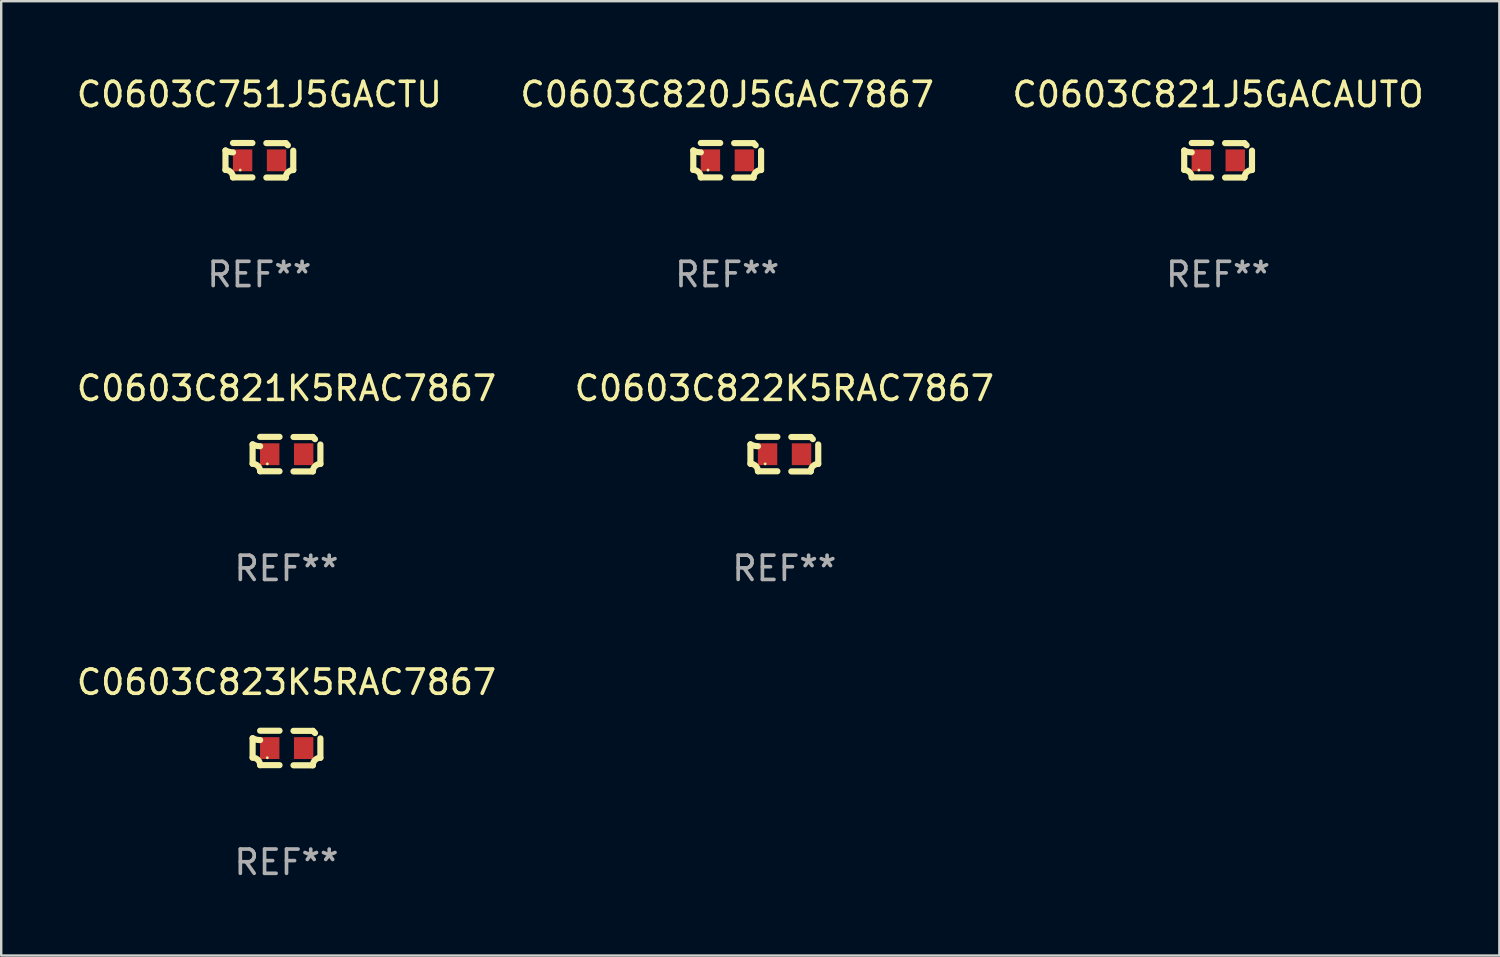
<source format=kicad_pcb>
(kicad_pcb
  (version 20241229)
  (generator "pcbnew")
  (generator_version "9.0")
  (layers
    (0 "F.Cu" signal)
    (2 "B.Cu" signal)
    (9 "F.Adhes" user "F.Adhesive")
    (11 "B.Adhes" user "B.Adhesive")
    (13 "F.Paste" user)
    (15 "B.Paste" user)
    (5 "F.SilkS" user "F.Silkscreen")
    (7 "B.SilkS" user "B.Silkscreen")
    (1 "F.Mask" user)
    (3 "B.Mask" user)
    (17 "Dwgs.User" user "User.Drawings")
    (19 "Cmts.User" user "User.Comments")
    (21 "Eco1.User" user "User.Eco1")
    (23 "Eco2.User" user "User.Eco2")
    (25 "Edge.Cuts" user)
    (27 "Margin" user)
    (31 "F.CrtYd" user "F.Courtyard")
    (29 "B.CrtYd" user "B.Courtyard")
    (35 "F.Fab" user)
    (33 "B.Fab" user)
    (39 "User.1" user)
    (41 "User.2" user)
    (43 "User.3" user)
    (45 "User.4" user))
  (footprint "C0603C823K5RAC7867"
    (layer "F.Cu")
    (at 8.768 27.805)
    (property "Reference" "C0603C823K5RAC7867" (at 0 -2.713 0) (layer "F.SilkS") (effects (font (size 1 1) (thickness 0.15))))
    (attr through_hole)
    (fp_line (start -1.398 -0.403) (end -1.398 0.397) (stroke (width 0.254) (type solid)) (layer "F.SilkS"))
    (fp_line (start -0.288 -0.713) (end -1.088 -0.713) (stroke (width 0.254) (type solid)) (layer "F.SilkS"))
    (fp_line (start -0.288 0.707) (end -1.088 0.707) (stroke (width 0.254) (type solid)) (layer "F.SilkS"))
    (fp_line (start 0.288 -0.707) (end 1.088 -0.707) (stroke (width 0.254) (type solid)) (layer "F.SilkS"))
    (fp_line (start 0.288 0.713) (end 1.088 0.713) (stroke (width 0.254) (type solid)) (layer "F.SilkS"))
    (fp_line (start 1.398 -0.397) (end 1.398 0.403) (stroke (width 0.254) (type solid)) (layer "F.SilkS"))
    (fp_arc (start -1.397789 0.397066) (mid -1.178701 0.487826) (end -1.08796 0.706922) (stroke (width 0.254001) (type solid)) (layer "F.SilkS"))
    (fp_arc (start -1.08796 -0.327176) (mid -1.247436 -0.346384) (end -1.39779 -0.402908) (stroke (width 0.254001) (type solid)) (layer "F.SilkS"))
    (fp_arc (start 1.087909 0.712738) (mid 1.178656 0.493655) (end 1.397739 0.402908) (stroke (width 0.254001) (type solid)) (layer "F.SilkS"))
    (fp_arc (start 1.175925 -0.618926) (mid 1.131917 -0.662923) (end 1.08791 -0.706922) (stroke (width 0.254001) (type solid)) (layer "F.SilkS"))
    (fp_circle (center -0.792 0.403) (end -0.762 0.403) (stroke (width 0.06) (type solid)) (fill no) (layer "F.SilkS"))
    (fp_text user "REF**" (at 0 4.713 0) (layer "F.Fab") (effects (font (size 1 1) (thickness 0.15))))
    (pad "1" smd rect (at -0.692 0.003) (size 0.8 0.9) (layers "F.Cu" "F.Mask" "F.Paste"))
    (pad "2" smd rect (at 0.708 0.003) (size 0.8 0.9) (layers "F.Cu" "F.Mask" "F.Paste")))
  (footprint "C0603C821J5GACAUTO"
    (layer "F.Cu")
    (at 47.196 3.561)
    (property "Reference" "C0603C821J5GACAUTO" (at 0 -2.713 0) (layer "F.SilkS") (effects (font (size 1 1) (thickness 0.15))))
    (attr through_hole)
    (fp_line (start -1.398 -0.403) (end -1.398 0.397) (stroke (width 0.254) (type solid)) (layer "F.SilkS"))
    (fp_line (start -0.288 -0.713) (end -1.088 -0.713) (stroke (width 0.254) (type solid)) (layer "F.SilkS"))
    (fp_line (start -0.288 0.707) (end -1.088 0.707) (stroke (width 0.254) (type solid)) (layer "F.SilkS"))
    (fp_line (start 0.288 -0.707) (end 1.088 -0.707) (stroke (width 0.254) (type solid)) (layer "F.SilkS"))
    (fp_line (start 0.288 0.713) (end 1.088 0.713) (stroke (width 0.254) (type solid)) (layer "F.SilkS"))
    (fp_line (start 1.398 -0.397) (end 1.398 0.403) (stroke (width 0.254) (type solid)) (layer "F.SilkS"))
    (fp_arc (start -1.397789 0.397066) (mid -1.178701 0.487826) (end -1.08796 0.706922) (stroke (width 0.254001) (type solid)) (layer "F.SilkS"))
    (fp_arc (start -1.08796 -0.327176) (mid -1.247436 -0.346384) (end -1.39779 -0.402908) (stroke (width 0.254001) (type solid)) (layer "F.SilkS"))
    (fp_arc (start 1.087909 0.712738) (mid 1.178656 0.493655) (end 1.397739 0.402908) (stroke (width 0.254001) (type solid)) (layer "F.SilkS"))
    (fp_arc (start 1.175925 -0.618926) (mid 1.131917 -0.662923) (end 1.08791 -0.706922) (stroke (width 0.254001) (type solid)) (layer "F.SilkS"))
    (fp_circle (center -0.792 0.403) (end -0.762 0.403) (stroke (width 0.06) (type solid)) (fill no) (layer "F.SilkS"))
    (fp_text user "REF**" (at 0 4.713 0) (layer "F.Fab") (effects (font (size 1 1) (thickness 0.15))))
    (pad "1" smd rect (at -0.692 0.003) (size 0.8 0.9) (layers "F.Cu" "F.Mask" "F.Paste"))
    (pad "2" smd rect (at 0.708 0.003) (size 0.8 0.9) (layers "F.Cu" "F.Mask" "F.Paste")))
  (footprint "C0603C821K5RAC7867"
    (layer "F.Cu")
    (at 8.768 15.683)
    (property "Reference" "C0603C821K5RAC7867" (at 0 -2.713 0) (layer "F.SilkS") (effects (font (size 1 1) (thickness 0.15))))
    (attr through_hole)
    (fp_line (start -1.398 -0.403) (end -1.398 0.397) (stroke (width 0.254) (type solid)) (layer "F.SilkS"))
    (fp_line (start -0.288 -0.713) (end -1.088 -0.713) (stroke (width 0.254) (type solid)) (layer "F.SilkS"))
    (fp_line (start -0.288 0.707) (end -1.088 0.707) (stroke (width 0.254) (type solid)) (layer "F.SilkS"))
    (fp_line (start 0.288 -0.707) (end 1.088 -0.707) (stroke (width 0.254) (type solid)) (layer "F.SilkS"))
    (fp_line (start 0.288 0.713) (end 1.088 0.713) (stroke (width 0.254) (type solid)) (layer "F.SilkS"))
    (fp_line (start 1.398 -0.397) (end 1.398 0.403) (stroke (width 0.254) (type solid)) (layer "F.SilkS"))
    (fp_arc (start -1.397789 0.397066) (mid -1.178701 0.487826) (end -1.08796 0.706922) (stroke (width 0.254001) (type solid)) (layer "F.SilkS"))
    (fp_arc (start -1.08796 -0.327176) (mid -1.247436 -0.346384) (end -1.39779 -0.402908) (stroke (width 0.254001) (type solid)) (layer "F.SilkS"))
    (fp_arc (start 1.087909 0.712738) (mid 1.178656 0.493655) (end 1.397739 0.402908) (stroke (width 0.254001) (type solid)) (layer "F.SilkS"))
    (fp_arc (start 1.175925 -0.618926) (mid 1.131917 -0.662923) (end 1.08791 -0.706922) (stroke (width 0.254001) (type solid)) (layer "F.SilkS"))
    (fp_circle (center -0.792 0.403) (end -0.762 0.403) (stroke (width 0.06) (type solid)) (fill no) (layer "F.SilkS"))
    (fp_text user "REF**" (at 0 4.713 0) (layer "F.Fab") (effects (font (size 1 1) (thickness 0.15))))
    (pad "1" smd rect (at -0.692 0.003) (size 0.8 0.9) (layers "F.Cu" "F.Mask" "F.Paste"))
    (pad "2" smd rect (at 0.708 0.003) (size 0.8 0.9) (layers "F.Cu" "F.Mask" "F.Paste")))
  (footprint "C0603C822K5RAC7867"
    (layer "F.Cu")
    (at 29.304 15.683)
    (property "Reference" "C0603C822K5RAC7867" (at 0 -2.713 0) (layer "F.SilkS") (effects (font (size 1 1) (thickness 0.15))))
    (attr through_hole)
    (fp_line (start -1.398 -0.403) (end -1.398 0.397) (stroke (width 0.254) (type solid)) (layer "F.SilkS"))
    (fp_line (start -0.288 -0.713) (end -1.088 -0.713) (stroke (width 0.254) (type solid)) (layer "F.SilkS"))
    (fp_line (start -0.288 0.707) (end -1.088 0.707) (stroke (width 0.254) (type solid)) (layer "F.SilkS"))
    (fp_line (start 0.288 -0.707) (end 1.088 -0.707) (stroke (width 0.254) (type solid)) (layer "F.SilkS"))
    (fp_line (start 0.288 0.713) (end 1.088 0.713) (stroke (width 0.254) (type solid)) (layer "F.SilkS"))
    (fp_line (start 1.398 -0.397) (end 1.398 0.403) (stroke (width 0.254) (type solid)) (layer "F.SilkS"))
    (fp_arc (start -1.397789 0.397066) (mid -1.178701 0.487826) (end -1.08796 0.706922) (stroke (width 0.254001) (type solid)) (layer "F.SilkS"))
    (fp_arc (start -1.08796 -0.327176) (mid -1.247436 -0.346384) (end -1.39779 -0.402908) (stroke (width 0.254001) (type solid)) (layer "F.SilkS"))
    (fp_arc (start 1.087909 0.712738) (mid 1.178656 0.493655) (end 1.397739 0.402908) (stroke (width 0.254001) (type solid)) (layer "F.SilkS"))
    (fp_arc (start 1.175925 -0.618926) (mid 1.131917 -0.662923) (end 1.08791 -0.706922) (stroke (width 0.254001) (type solid)) (layer "F.SilkS"))
    (fp_circle (center -0.792 0.403) (end -0.762 0.403) (stroke (width 0.06) (type solid)) (fill no) (layer "F.SilkS"))
    (fp_text user "REF**" (at 0 4.713 0) (layer "F.Fab") (effects (font (size 1 1) (thickness 0.15))))
    (pad "1" smd rect (at -0.692 0.003) (size 0.8 0.9) (layers "F.Cu" "F.Mask" "F.Paste"))
    (pad "2" smd rect (at 0.708 0.003) (size 0.8 0.9) (layers "F.Cu" "F.Mask" "F.Paste")))
  (footprint "C0603C751J5GACTU"
    (layer "F.Cu")
    (at 7.649 3.561)
    (property "Reference" "C0603C751J5GACTU" (at 0 -2.713 0) (layer "F.SilkS") (effects (font (size 1 1) (thickness 0.15))))
    (attr through_hole)
    (fp_line (start -1.398 -0.403) (end -1.398 0.397) (stroke (width 0.254) (type solid)) (layer "F.SilkS"))
    (fp_line (start -0.288 -0.713) (end -1.088 -0.713) (stroke (width 0.254) (type solid)) (layer "F.SilkS"))
    (fp_line (start -0.288 0.707) (end -1.088 0.707) (stroke (width 0.254) (type solid)) (layer "F.SilkS"))
    (fp_line (start 0.288 -0.707) (end 1.088 -0.707) (stroke (width 0.254) (type solid)) (layer "F.SilkS"))
    (fp_line (start 0.288 0.713) (end 1.088 0.713) (stroke (width 0.254) (type solid)) (layer "F.SilkS"))
    (fp_line (start 1.398 -0.397) (end 1.398 0.403) (stroke (width 0.254) (type solid)) (layer "F.SilkS"))
    (fp_arc (start -1.397789 0.397066) (mid -1.178701 0.487826) (end -1.08796 0.706922) (stroke (width 0.254001) (type solid)) (layer "F.SilkS"))
    (fp_arc (start -1.08796 -0.327176) (mid -1.247436 -0.346384) (end -1.39779 -0.402908) (stroke (width 0.254001) (type solid)) (layer "F.SilkS"))
    (fp_arc (start 1.087909 0.712738) (mid 1.178656 0.493655) (end 1.397739 0.402908) (stroke (width 0.254001) (type solid)) (layer "F.SilkS"))
    (fp_arc (start 1.175925 -0.618926) (mid 1.131917 -0.662923) (end 1.08791 -0.706922) (stroke (width 0.254001) (type solid)) (layer "F.SilkS"))
    (fp_circle (center -0.792 0.403) (end -0.762 0.403) (stroke (width 0.06) (type solid)) (fill no) (layer "F.SilkS"))
    (fp_text user "REF**" (at 0 4.713 0) (layer "F.Fab") (effects (font (size 1 1) (thickness 0.15))))
    (pad "1" smd rect (at -0.692 0.003) (size 0.8 0.9) (layers "F.Cu" "F.Mask" "F.Paste"))
    (pad "2" smd rect (at 0.708 0.003) (size 0.8 0.9) (layers "F.Cu" "F.Mask" "F.Paste")))
  (footprint "C0603C820J5GAC7867"
    (layer "F.Cu")
    (at 26.946 3.561)
    (property "Reference" "C0603C820J5GAC7867" (at 0 -2.713 0) (layer "F.SilkS") (effects (font (size 1 1) (thickness 0.15))))
    (attr through_hole)
    (fp_line (start -1.398 -0.403) (end -1.398 0.397) (stroke (width 0.254) (type solid)) (layer "F.SilkS"))
    (fp_line (start -0.288 -0.713) (end -1.088 -0.713) (stroke (width 0.254) (type solid)) (layer "F.SilkS"))
    (fp_line (start -0.288 0.707) (end -1.088 0.707) (stroke (width 0.254) (type solid)) (layer "F.SilkS"))
    (fp_line (start 0.288 -0.707) (end 1.088 -0.707) (stroke (width 0.254) (type solid)) (layer "F.SilkS"))
    (fp_line (start 0.288 0.713) (end 1.088 0.713) (stroke (width 0.254) (type solid)) (layer "F.SilkS"))
    (fp_line (start 1.398 -0.397) (end 1.398 0.403) (stroke (width 0.254) (type solid)) (layer "F.SilkS"))
    (fp_arc (start -1.397789 0.397066) (mid -1.178701 0.487826) (end -1.08796 0.706922) (stroke (width 0.254001) (type solid)) (layer "F.SilkS"))
    (fp_arc (start -1.08796 -0.327176) (mid -1.247436 -0.346384) (end -1.39779 -0.402908) (stroke (width 0.254001) (type solid)) (layer "F.SilkS"))
    (fp_arc (start 1.087909 0.712738) (mid 1.178656 0.493655) (end 1.397739 0.402908) (stroke (width 0.254001) (type solid)) (layer "F.SilkS"))
    (fp_arc (start 1.175925 -0.618926) (mid 1.131917 -0.662923) (end 1.08791 -0.706922) (stroke (width 0.254001) (type solid)) (layer "F.SilkS"))
    (fp_circle (center -0.792 0.403) (end -0.762 0.403) (stroke (width 0.06) (type solid)) (fill no) (layer "F.SilkS"))
    (fp_text user "REF**" (at 0 4.713 0) (layer "F.Fab") (effects (font (size 1 1) (thickness 0.15))))
    (pad "1" smd rect (at -0.692 0.003) (size 0.8 0.9) (layers "F.Cu" "F.Mask" "F.Paste"))
    (pad "2" smd rect (at 0.708 0.003) (size 0.8 0.9) (layers "F.Cu" "F.Mask" "F.Paste")))
  (gr_rect
    (start -3 -3)
    (end 58.798 36.366)
    (stroke (width 0.1) (type default))
    (fill no)
    (layer "Edge.Cuts")))
</source>
